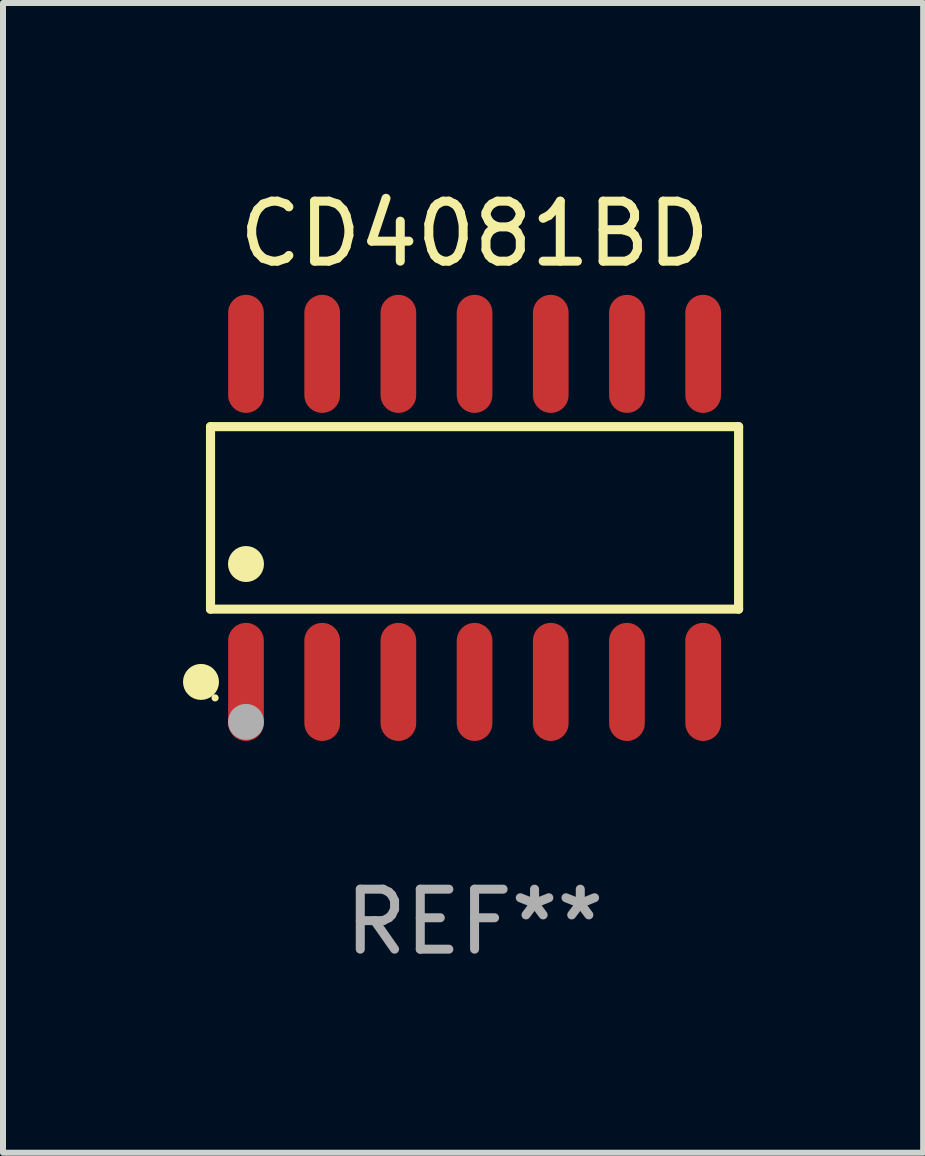
<source format=kicad_pcb>
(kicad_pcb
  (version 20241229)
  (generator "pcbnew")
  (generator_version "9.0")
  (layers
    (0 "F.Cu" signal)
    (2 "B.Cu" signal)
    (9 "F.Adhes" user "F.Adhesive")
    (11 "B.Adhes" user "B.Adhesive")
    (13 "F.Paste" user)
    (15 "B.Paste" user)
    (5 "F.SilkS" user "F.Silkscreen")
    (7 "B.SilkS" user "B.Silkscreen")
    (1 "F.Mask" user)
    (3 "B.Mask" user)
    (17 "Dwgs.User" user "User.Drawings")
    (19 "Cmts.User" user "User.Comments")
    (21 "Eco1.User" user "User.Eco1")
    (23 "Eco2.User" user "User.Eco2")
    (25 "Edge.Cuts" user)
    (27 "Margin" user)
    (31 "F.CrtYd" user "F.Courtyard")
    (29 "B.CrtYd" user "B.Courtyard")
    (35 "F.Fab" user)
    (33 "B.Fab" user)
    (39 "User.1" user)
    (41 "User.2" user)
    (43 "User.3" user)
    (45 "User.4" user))
  (footprint "CD4081BD"
    (layer "F.Cu")
    (at 4.86 5.582)
    (property "Reference" "CD4081BD" (at 0 -4.734 0) (layer "F.SilkS") (effects (font (size 1 1) (thickness 0.15))))
    (attr through_hole)
    (fp_line (start -4.401 -1.521) (end 4.401 -1.521) (stroke (width 0.152) (type solid)) (layer "F.SilkS"))
    (fp_line (start -4.401 1.521) (end -4.401 -1.521) (stroke (width 0.152) (type solid)) (layer "F.SilkS"))
    (fp_line (start 4.401 -1.521) (end 4.401 1.521) (stroke (width 0.152) (type solid)) (layer "F.SilkS"))
    (fp_line (start 4.401 1.521) (end -4.401 1.521) (stroke (width 0.152) (type solid)) (layer "F.SilkS"))
    (fp_circle (center -4.56 2.734) (end -4.41 2.734) (stroke (width 0.3) (type solid)) (fill no) (layer "F.SilkS"))
    (fp_circle (center -4.325 3) (end -4.295 3) (stroke (width 0.06) (type solid)) (fill no) (layer "F.SilkS"))
    (fp_circle (center -3.81 0.769) (end -3.66 0.769) (stroke (width 0.3) (type solid)) (fill no) (layer "F.SilkS"))
    (fp_circle (center -3.81 3.4) (end -3.66 3.4) (stroke (width 0.3) (type solid)) (fill no) (layer "F.Fab"))
    (fp_text user "REF**" (at 0 6.734 0) (layer "F.Fab") (effects (font (size 1 1) (thickness 0.15))))
    (pad "1" smd oval (at -3.81 2.734) (size 0.595 1.968) (layers "F.Cu" "F.Mask" "F.Paste"))
    (pad "2" smd oval (at -2.54 2.734) (size 0.595 1.968) (layers "F.Cu" "F.Mask" "F.Paste"))
    (pad "3" smd oval (at -1.27 2.734) (size 0.595 1.968) (layers "F.Cu" "F.Mask" "F.Paste"))
    (pad "4" smd oval (at 0 2.734) (size 0.595 1.968) (layers "F.Cu" "F.Mask" "F.Paste"))
    (pad "5" smd oval (at 1.27 2.734) (size 0.595 1.968) (layers "F.Cu" "F.Mask" "F.Paste"))
    (pad "6" smd oval (at 2.54 2.734) (size 0.595 1.968) (layers "F.Cu" "F.Mask" "F.Paste"))
    (pad "7" smd oval (at 3.81 2.734) (size 0.595 1.968) (layers "F.Cu" "F.Mask" "F.Paste"))
    (pad "8" smd oval (at 3.81 -2.734) (size 0.595 1.968) (layers "F.Cu" "F.Mask" "F.Paste"))
    (pad "9" smd oval (at 2.54 -2.734) (size 0.595 1.968) (layers "F.Cu" "F.Mask" "F.Paste"))
    (pad "10" smd oval (at 1.27 -2.734) (size 0.595 1.968) (layers "F.Cu" "F.Mask" "F.Paste"))
    (pad "11" smd oval (at 0 -2.734) (size 0.595 1.968) (layers "F.Cu" "F.Mask" "F.Paste"))
    (pad "12" smd oval (at -1.27 -2.734) (size 0.595 1.968) (layers "F.Cu" "F.Mask" "F.Paste"))
    (pad "13" smd oval (at -2.54 -2.734) (size 0.595 1.968) (layers "F.Cu" "F.Mask" "F.Paste"))
    (pad "14" smd oval (at -3.81 -2.734) (size 0.595 1.968) (layers "F.Cu" "F.Mask" "F.Paste")))
  (gr_rect
    (start -3 -3)
    (end 12.337 16.164)
    (stroke (width 0.1) (type default))
    (fill no)
    (layer "Edge.Cuts")))
</source>
